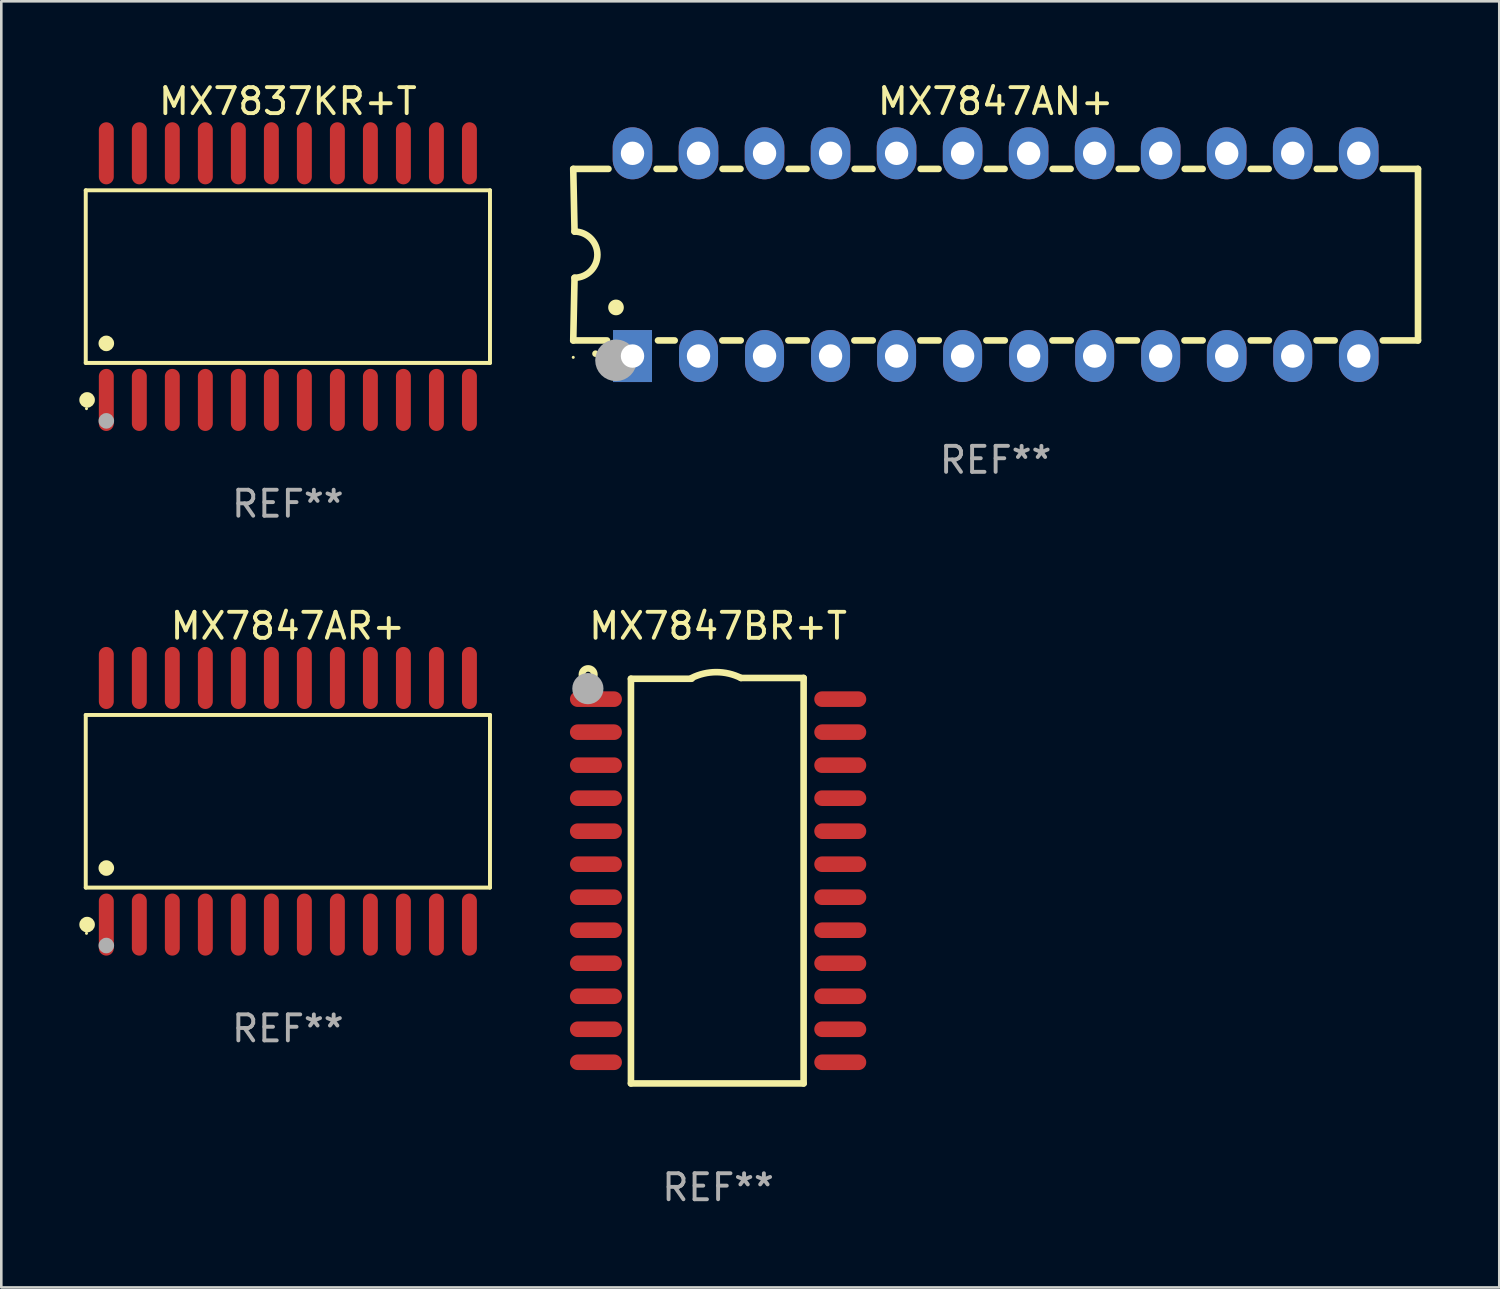
<source format=kicad_pcb>
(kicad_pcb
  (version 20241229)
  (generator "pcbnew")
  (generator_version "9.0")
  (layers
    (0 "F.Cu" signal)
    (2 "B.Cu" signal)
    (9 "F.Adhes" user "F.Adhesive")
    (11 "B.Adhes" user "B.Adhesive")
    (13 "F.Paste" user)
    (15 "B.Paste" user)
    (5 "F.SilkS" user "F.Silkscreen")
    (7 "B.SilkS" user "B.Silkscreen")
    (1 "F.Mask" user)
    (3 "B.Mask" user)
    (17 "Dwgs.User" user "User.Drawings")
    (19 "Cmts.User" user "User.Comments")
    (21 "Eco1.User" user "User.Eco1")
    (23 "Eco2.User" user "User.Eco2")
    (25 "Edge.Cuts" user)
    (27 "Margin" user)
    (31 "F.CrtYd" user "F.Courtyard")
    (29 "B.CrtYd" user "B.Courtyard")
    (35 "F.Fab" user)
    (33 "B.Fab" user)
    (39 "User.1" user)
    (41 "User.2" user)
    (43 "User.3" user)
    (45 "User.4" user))
  (footprint "MX7847AR+"
    (layer "F.Cu")
    (at 8.025 27.777)
    (property "Reference" "MX7847AR+" (at 0 -6.744 0) (layer "F.SilkS") (effects (font (size 1 1) (thickness 0.15))))
    (attr through_hole)
    (fp_line (start -7.776 -3.321) (end 7.776 -3.321) (stroke (width 0.152) (type solid)) (layer "F.SilkS"))
    (fp_line (start -7.776 3.321) (end -7.776 -3.321) (stroke (width 0.152) (type solid)) (layer "F.SilkS"))
    (fp_line (start 7.776 -3.321) (end 7.776 3.321) (stroke (width 0.152) (type solid)) (layer "F.SilkS"))
    (fp_line (start 7.776 3.321) (end -7.776 3.321) (stroke (width 0.152) (type solid)) (layer "F.SilkS"))
    (fp_circle (center -7.747 5.08) (end -7.717 5.08) (stroke (width 0.06) (type solid)) (fill no) (layer "F.SilkS"))
    (fp_circle (center -7.724 4.744) (end -7.574 4.744) (stroke (width 0.3) (type solid)) (fill no) (layer "F.SilkS"))
    (fp_circle (center -6.985 2.569) (end -6.835 2.569) (stroke (width 0.3) (type solid)) (fill no) (layer "F.SilkS"))
    (fp_circle (center -6.985 5.55) (end -6.835 5.55) (stroke (width 0.3) (type solid)) (fill no) (layer "F.Fab"))
    (fp_text user "REF**" (at 0 8.744 0) (layer "F.Fab") (effects (font (size 1 1) (thickness 0.15))))
    (pad "1" smd oval (at -6.985 4.744) (size 0.574 2.388) (layers "F.Cu" "F.Mask" "F.Paste"))
    (pad "2" smd oval (at -5.715 4.744) (size 0.574 2.388) (layers "F.Cu" "F.Mask" "F.Paste"))
    (pad "3" smd oval (at -4.445 4.744) (size 0.574 2.388) (layers "F.Cu" "F.Mask" "F.Paste"))
    (pad "4" smd oval (at -3.175 4.744) (size 0.574 2.388) (layers "F.Cu" "F.Mask" "F.Paste"))
    (pad "5" smd oval (at -1.905 4.744) (size 0.574 2.388) (layers "F.Cu" "F.Mask" "F.Paste"))
    (pad "6" smd oval (at -0.635 4.744) (size 0.574 2.388) (layers "F.Cu" "F.Mask" "F.Paste"))
    (pad "7" smd oval (at 0.635 4.744) (size 0.574 2.388) (layers "F.Cu" "F.Mask" "F.Paste"))
    (pad "8" smd oval (at 1.905 4.744) (size 0.574 2.388) (layers "F.Cu" "F.Mask" "F.Paste"))
    (pad "9" smd oval (at 3.175 4.744) (size 0.574 2.388) (layers "F.Cu" "F.Mask" "F.Paste"))
    (pad "10" smd oval (at 4.445 4.744) (size 0.574 2.388) (layers "F.Cu" "F.Mask" "F.Paste"))
    (pad "11" smd oval (at 5.715 4.744) (size 0.574 2.388) (layers "F.Cu" "F.Mask" "F.Paste"))
    (pad "12" smd oval (at 6.985 4.744) (size 0.574 2.388) (layers "F.Cu" "F.Mask" "F.Paste"))
    (pad "13" smd oval (at 6.985 -4.744) (size 0.574 2.388) (layers "F.Cu" "F.Mask" "F.Paste"))
    (pad "14" smd oval (at 5.715 -4.744) (size 0.574 2.388) (layers "F.Cu" "F.Mask" "F.Paste"))
    (pad "15" smd oval (at 4.445 -4.744) (size 0.574 2.388) (layers "F.Cu" "F.Mask" "F.Paste"))
    (pad "16" smd oval (at 3.175 -4.744) (size 0.574 2.388) (layers "F.Cu" "F.Mask" "F.Paste"))
    (pad "17" smd oval (at 1.905 -4.744) (size 0.574 2.388) (layers "F.Cu" "F.Mask" "F.Paste"))
    (pad "18" smd oval (at 0.635 -4.744) (size 0.574 2.388) (layers "F.Cu" "F.Mask" "F.Paste"))
    (pad "19" smd oval (at -0.635 -4.744) (size 0.574 2.388) (layers "F.Cu" "F.Mask" "F.Paste"))
    (pad "20" smd oval (at -1.905 -4.744) (size 0.574 2.388) (layers "F.Cu" "F.Mask" "F.Paste"))
    (pad "21" smd oval (at -3.175 -4.744) (size 0.574 2.388) (layers "F.Cu" "F.Mask" "F.Paste"))
    (pad "22" smd oval (at -4.445 -4.744) (size 0.574 2.388) (layers "F.Cu" "F.Mask" "F.Paste"))
    (pad "23" smd oval (at -5.715 -4.744) (size 0.574 2.388) (layers "F.Cu" "F.Mask" "F.Paste"))
    (pad "24" smd oval (at -6.985 -4.744) (size 0.574 2.388) (layers "F.Cu" "F.Mask" "F.Paste")))
  (footprint "MX7847AN+"
    (layer "F.Cu")
    (at 35.254 6.748)
    (property "Reference" "MX7847AN+" (at 0 -5.9 0) (layer "F.SilkS") (effects (font (size 1 1) (thickness 0.15))))
    (attr through_hole)
    (fp_line (start -16.25 -3.3) (end -16.2 -0.889) (stroke (width 0.254) (type solid)) (layer "F.SilkS"))
    (fp_line (start -16.25 -3.3) (end -14.895 -3.3) (stroke (width 0.254) (type solid)) (layer "F.SilkS"))
    (fp_line (start -16.25 3.3) (end -16.2 0.889) (stroke (width 0.254) (type solid)) (layer "F.SilkS"))
    (fp_line (start -16.25 3.3) (end -14.951 3.3) (stroke (width 0.254) (type solid)) (layer "F.SilkS"))
    (fp_line (start -13.045 -3.3) (end -12.355 -3.3) (stroke (width 0.254) (type solid)) (layer "F.SilkS"))
    (fp_line (start -12.989 3.3) (end -12.347 3.3) (stroke (width 0.254) (type solid)) (layer "F.SilkS"))
    (fp_line (start -10.514 3.3) (end -9.807 3.3) (stroke (width 0.254) (type solid)) (layer "F.SilkS"))
    (fp_line (start -10.505 -3.3) (end -9.815 -3.3) (stroke (width 0.254) (type solid)) (layer "F.SilkS"))
    (fp_line (start -7.974 3.3) (end -7.267 3.3) (stroke (width 0.254) (type solid)) (layer "F.SilkS"))
    (fp_line (start -7.965 -3.3) (end -7.275 -3.3) (stroke (width 0.254) (type solid)) (layer "F.SilkS"))
    (fp_line (start -5.434 3.3) (end -4.727 3.3) (stroke (width 0.254) (type solid)) (layer "F.SilkS"))
    (fp_line (start -5.425 -3.3) (end -4.735 -3.3) (stroke (width 0.254) (type solid)) (layer "F.SilkS"))
    (fp_line (start -2.894 3.3) (end -2.187 3.3) (stroke (width 0.254) (type solid)) (layer "F.SilkS"))
    (fp_line (start -2.885 -3.3) (end -2.195 -3.3) (stroke (width 0.254) (type solid)) (layer "F.SilkS"))
    (fp_line (start -0.354 3.3) (end 0.353 3.3) (stroke (width 0.254) (type solid)) (layer "F.SilkS"))
    (fp_line (start -0.345 -3.3) (end 0.345 -3.3) (stroke (width 0.254) (type solid)) (layer "F.SilkS"))
    (fp_line (start 2.186 3.3) (end 2.893 3.3) (stroke (width 0.254) (type solid)) (layer "F.SilkS"))
    (fp_line (start 2.195 -3.3) (end 2.885 -3.3) (stroke (width 0.254) (type solid)) (layer "F.SilkS"))
    (fp_line (start 4.726 3.3) (end 5.434 3.3) (stroke (width 0.254) (type solid)) (layer "F.SilkS"))
    (fp_line (start 4.735 -3.3) (end 5.425 -3.3) (stroke (width 0.254) (type solid)) (layer "F.SilkS"))
    (fp_line (start 7.266 3.3) (end 7.965 3.3) (stroke (width 0.254) (type solid)) (layer "F.SilkS"))
    (fp_line (start 7.275 -3.3) (end 7.965 -3.3) (stroke (width 0.254) (type solid)) (layer "F.SilkS"))
    (fp_line (start 9.815 -3.3) (end 10.505 -3.3) (stroke (width 0.254) (type solid)) (layer "F.SilkS"))
    (fp_line (start 9.815 3.3) (end 10.514 3.3) (stroke (width 0.254) (type solid)) (layer "F.SilkS"))
    (fp_line (start 12.346 3.3) (end 13.045 3.3) (stroke (width 0.254) (type solid)) (layer "F.SilkS"))
    (fp_line (start 12.355 -3.3) (end 13.045 -3.3) (stroke (width 0.254) (type solid)) (layer "F.SilkS"))
    (fp_line (start 16.25 -3.3) (end 14.895 -3.3) (stroke (width 0.254) (type solid)) (layer "F.SilkS"))
    (fp_line (start 16.25 -3.3) (end 16.25 3.3) (stroke (width 0.254) (type solid)) (layer "F.SilkS"))
    (fp_line (start 16.25 3.3) (end 14.895 3.3) (stroke (width 0.254) (type solid)) (layer "F.SilkS"))
    (fp_arc (start -16.201016 -0.890146) (mid -15.311429 -0.001055) (end -16.200025 0.889027) (stroke (width 0.254001) (type solid)) (layer "F.SilkS"))
    (fp_arc (start -15.394971 3.810033) (mid -15.394978 3.808763) (end -15.394971 3.807493) (stroke (width 0.25) (type solid)) (layer "F.SilkS"))
    (fp_arc (start -14.605029 2.032029) (mid -14.60504 2.029489) (end -14.605029 2.026949) (stroke (width 0.6) (type solid)) (layer "F.SilkS"))
    (fp_circle (center -16.25 3.95) (end -16.22 3.95) (stroke (width 0.06) (type solid)) (fill no) (layer "F.SilkS"))
    (fp_circle (center -14.605 4.064) (end -14.205 4.064) (stroke (width 0.8) (type solid)) (fill no) (layer "F.Fab"))
    (fp_text user "REF**" (at 0 7.9 0) (layer "F.Fab") (effects (font (size 1 1) (thickness 0.15))))
    (pad "1" thru_hole rect (at -13.97 3.9 90) (size 2 1.5) (drill 0.9) (layers "*.Cu" "*.Mask"))
    (pad "2" thru_hole oval (at -11.43 3.9 90) (size 2 1.5) (drill 0.9) (layers "*.Cu" "*.Mask"))
    (pad "3" thru_hole oval (at -8.89 3.9 90) (size 2 1.5) (drill 0.9) (layers "*.Cu" "*.Mask"))
    (pad "4" thru_hole oval (at -6.35 3.9 90) (size 2 1.5) (drill 0.9) (layers "*.Cu" "*.Mask"))
    (pad "5" thru_hole oval (at -3.81 3.9 90) (size 2 1.5) (drill 0.9) (layers "*.Cu" "*.Mask"))
    (pad "6" thru_hole oval (at -1.27 3.9 90) (size 2 1.5) (drill 0.9) (layers "*.Cu" "*.Mask"))
    (pad "7" thru_hole oval (at 1.27 3.9 90) (size 2 1.5) (drill 0.9) (layers "*.Cu" "*.Mask"))
    (pad "8" thru_hole oval (at 3.81 3.9 90) (size 2 1.5) (drill 0.9) (layers "*.Cu" "*.Mask"))
    (pad "9" thru_hole oval (at 6.35 3.9 90) (size 2 1.5) (drill 0.9) (layers "*.Cu" "*.Mask"))
    (pad "10" thru_hole oval (at 8.89 3.9 90) (size 2 1.524) (drill 0.9) (layers "*.Cu" "*.Mask"))
    (pad "11" thru_hole oval (at 11.43 3.9 90) (size 2 1.5) (drill 0.9) (layers "*.Cu" "*.Mask"))
    (pad "12" thru_hole oval (at 13.97 3.9 90) (size 2 1.524) (drill 0.9) (layers "*.Cu" "*.Mask"))
    (pad "13" thru_hole oval (at 13.97 -3.9 90) (size 2 1.524) (drill 0.9) (layers "*.Cu" "*.Mask"))
    (pad "14" thru_hole oval (at 11.43 -3.9 90) (size 2 1.524) (drill 0.9) (layers "*.Cu" "*.Mask"))
    (pad "15" thru_hole oval (at 8.89 -3.9 90) (size 2 1.524) (drill 0.9) (layers "*.Cu" "*.Mask"))
    (pad "16" thru_hole oval (at 6.35 -3.9 90) (size 2 1.524) (drill 0.9) (layers "*.Cu" "*.Mask"))
    (pad "17" thru_hole oval (at 3.81 -3.9 90) (size 2 1.524) (drill 0.9) (layers "*.Cu" "*.Mask"))
    (pad "18" thru_hole oval (at 1.27 -3.9 90) (size 2 1.524) (drill 0.9) (layers "*.Cu" "*.Mask"))
    (pad "19" thru_hole oval (at -1.27 -3.9 90) (size 2 1.524) (drill 0.9) (layers "*.Cu" "*.Mask"))
    (pad "20" thru_hole oval (at -3.81 -3.9 90) (size 2 1.524) (drill 0.9) (layers "*.Cu" "*.Mask"))
    (pad "21" thru_hole oval (at -6.35 -3.9 90) (size 2 1.524) (drill 0.9) (layers "*.Cu" "*.Mask"))
    (pad "22" thru_hole oval (at -8.89 -3.9 90) (size 2 1.524) (drill 0.9) (layers "*.Cu" "*.Mask"))
    (pad "23" thru_hole oval (at -11.43 -3.9 90) (size 2 1.524) (drill 0.9) (layers "*.Cu" "*.Mask"))
    (pad "24" thru_hole oval (at -13.97 -3.9 90) (size 2 1.524) (drill 0.9) (layers "*.Cu" "*.Mask")))
  (footprint "MX7847BR+T"
    (layer "F.Cu")
    (at 24.577 30.833)
    (property "Reference" "MX7847BR+T" (at 0 -9.8 0) (layer "F.SilkS") (effects (font (size 1 1) (thickness 0.15))))
    (attr through_hole)
    (fp_line (start -3.353 -7.77) (end -1.016 -7.77) (stroke (width 0.254) (type solid)) (layer "F.SilkS"))
    (fp_line (start -3.353 7.8) (end -3.353 -7.77) (stroke (width 0.254) (type solid)) (layer "F.SilkS"))
    (fp_line (start 0.881 -7.8) (end 3.29 -7.8) (stroke (width 0.254) (type solid)) (layer "F.SilkS"))
    (fp_line (start 3.29 -7.8) (end 3.29 7.8) (stroke (width 0.254) (type solid)) (layer "F.SilkS"))
    (fp_line (start 3.29 7.8) (end -3.353 7.8) (stroke (width 0.254) (type solid)) (layer "F.SilkS"))
    (fp_arc (start -1.015951 -7.800025) (mid -0.067691 -8.023879) (end 0.880569 -7.800025) (stroke (width 0.254001) (type solid)) (layer "F.SilkS"))
    (fp_circle (center -5 -7.927) (end -4.886 -7.927) (stroke (width 0.254) (type solid)) (fill no) (layer "F.SilkS"))
    (fp_circle (center -5.01 -7.39) (end -4.71 -7.39) (stroke (width 0.6) (type solid)) (fill no) (layer "F.Fab"))
    (fp_text user "REF**" (at 0 11.8 0) (layer "F.Fab") (effects (font (size 1 1) (thickness 0.15))))
    (pad "1" smd oval (at -4.7 -6.985 270) (size 0.6 2) (layers "F.Cu" "F.Mask" "F.Paste"))
    (pad "2" smd oval (at -4.7 -5.715 270) (size 0.6 2) (layers "F.Cu" "F.Mask" "F.Paste"))
    (pad "3" smd oval (at -4.7 -4.445 270) (size 0.6 2) (layers "F.Cu" "F.Mask" "F.Paste"))
    (pad "4" smd oval (at -4.7 -3.175 270) (size 0.6 2) (layers "F.Cu" "F.Mask" "F.Paste"))
    (pad "5" smd oval (at -4.7 -1.905 270) (size 0.6 2) (layers "F.Cu" "F.Mask" "F.Paste"))
    (pad "6" smd oval (at -4.7 -0.635 270) (size 0.6 2) (layers "F.Cu" "F.Mask" "F.Paste"))
    (pad "7" smd oval (at -4.7 0.635 270) (size 0.6 2) (layers "F.Cu" "F.Mask" "F.Paste"))
    (pad "8" smd oval (at -4.7 1.905 270) (size 0.6 2) (layers "F.Cu" "F.Mask" "F.Paste"))
    (pad "9" smd oval (at -4.7 3.175 270) (size 0.6 2) (layers "F.Cu" "F.Mask" "F.Paste"))
    (pad "10" smd oval (at -4.7 4.445 270) (size 0.6 2) (layers "F.Cu" "F.Mask" "F.Paste"))
    (pad "11" smd oval (at -4.7 5.715 270) (size 0.6 2) (layers "F.Cu" "F.Mask" "F.Paste"))
    (pad "12" smd oval (at -4.7 6.985 270) (size 0.6 2) (layers "F.Cu" "F.Mask" "F.Paste"))
    (pad "13" smd oval (at 4.7 6.985 270) (size 0.6 2) (layers "F.Cu" "F.Mask" "F.Paste"))
    (pad "14" smd oval (at 4.7 5.715 270) (size 0.6 2) (layers "F.Cu" "F.Mask" "F.Paste"))
    (pad "15" smd oval (at 4.7 4.445 270) (size 0.6 2) (layers "F.Cu" "F.Mask" "F.Paste"))
    (pad "16" smd oval (at 4.7 3.175 270) (size 0.6 2) (layers "F.Cu" "F.Mask" "F.Paste"))
    (pad "17" smd oval (at 4.7 1.905 270) (size 0.6 2) (layers "F.Cu" "F.Mask" "F.Paste"))
    (pad "18" smd oval (at 4.7 0.635 270) (size 0.6 2) (layers "F.Cu" "F.Mask" "F.Paste"))
    (pad "19" smd oval (at 4.7 -0.635 270) (size 0.6 2) (layers "F.Cu" "F.Mask" "F.Paste"))
    (pad "20" smd oval (at 4.7 -1.905 270) (size 0.6 2) (layers "F.Cu" "F.Mask" "F.Paste"))
    (pad "21" smd oval (at 4.7 -3.175 270) (size 0.6 2) (layers "F.Cu" "F.Mask" "F.Paste"))
    (pad "22" smd oval (at 4.7 -4.445 270) (size 0.6 2) (layers "F.Cu" "F.Mask" "F.Paste"))
    (pad "23" smd oval (at 4.7 -5.715 270) (size 0.6 2) (layers "F.Cu" "F.Mask" "F.Paste"))
    (pad "24" smd oval (at 4.7 -6.985 270) (size 0.6 2) (layers "F.Cu" "F.Mask" "F.Paste")))
  (footprint "MX7837KR+T"
    (layer "F.Cu")
    (at 8.025 7.592)
    (property "Reference" "MX7837KR+T" (at 0 -6.744 0) (layer "F.SilkS") (effects (font (size 1 1) (thickness 0.15))))
    (attr through_hole)
    (fp_line (start -7.776 -3.321) (end 7.776 -3.321) (stroke (width 0.152) (type solid)) (layer "F.SilkS"))
    (fp_line (start -7.776 3.321) (end -7.776 -3.321) (stroke (width 0.152) (type solid)) (layer "F.SilkS"))
    (fp_line (start 7.776 -3.321) (end 7.776 3.321) (stroke (width 0.152) (type solid)) (layer "F.SilkS"))
    (fp_line (start 7.776 3.321) (end -7.776 3.321) (stroke (width 0.152) (type solid)) (layer "F.SilkS"))
    (fp_circle (center -7.747 5.08) (end -7.717 5.08) (stroke (width 0.06) (type solid)) (fill no) (layer "F.SilkS"))
    (fp_circle (center -7.724 4.744) (end -7.574 4.744) (stroke (width 0.3) (type solid)) (fill no) (layer "F.SilkS"))
    (fp_circle (center -6.985 2.569) (end -6.835 2.569) (stroke (width 0.3) (type solid)) (fill no) (layer "F.SilkS"))
    (fp_circle (center -6.985 5.55) (end -6.835 5.55) (stroke (width 0.3) (type solid)) (fill no) (layer "F.Fab"))
    (fp_text user "REF**" (at 0 8.744 0) (layer "F.Fab") (effects (font (size 1 1) (thickness 0.15))))
    (pad "1" smd oval (at -6.985 4.744) (size 0.574 2.388) (layers "F.Cu" "F.Mask" "F.Paste"))
    (pad "2" smd oval (at -5.715 4.744) (size 0.574 2.388) (layers "F.Cu" "F.Mask" "F.Paste"))
    (pad "3" smd oval (at -4.445 4.744) (size 0.574 2.388) (layers "F.Cu" "F.Mask" "F.Paste"))
    (pad "4" smd oval (at -3.175 4.744) (size 0.574 2.388) (layers "F.Cu" "F.Mask" "F.Paste"))
    (pad "5" smd oval (at -1.905 4.744) (size 0.574 2.388) (layers "F.Cu" "F.Mask" "F.Paste"))
    (pad "6" smd oval (at -0.635 4.744) (size 0.574 2.388) (layers "F.Cu" "F.Mask" "F.Paste"))
    (pad "7" smd oval (at 0.635 4.744) (size 0.574 2.388) (layers "F.Cu" "F.Mask" "F.Paste"))
    (pad "8" smd oval (at 1.905 4.744) (size 0.574 2.388) (layers "F.Cu" "F.Mask" "F.Paste"))
    (pad "9" smd oval (at 3.175 4.744) (size 0.574 2.388) (layers "F.Cu" "F.Mask" "F.Paste"))
    (pad "10" smd oval (at 4.445 4.744) (size 0.574 2.388) (layers "F.Cu" "F.Mask" "F.Paste"))
    (pad "11" smd oval (at 5.715 4.744) (size 0.574 2.388) (layers "F.Cu" "F.Mask" "F.Paste"))
    (pad "12" smd oval (at 6.985 4.744) (size 0.574 2.388) (layers "F.Cu" "F.Mask" "F.Paste"))
    (pad "13" smd oval (at 6.985 -4.744) (size 0.574 2.388) (layers "F.Cu" "F.Mask" "F.Paste"))
    (pad "14" smd oval (at 5.715 -4.744) (size 0.574 2.388) (layers "F.Cu" "F.Mask" "F.Paste"))
    (pad "15" smd oval (at 4.445 -4.744) (size 0.574 2.388) (layers "F.Cu" "F.Mask" "F.Paste"))
    (pad "16" smd oval (at 3.175 -4.744) (size 0.574 2.388) (layers "F.Cu" "F.Mask" "F.Paste"))
    (pad "17" smd oval (at 1.905 -4.744) (size 0.574 2.388) (layers "F.Cu" "F.Mask" "F.Paste"))
    (pad "18" smd oval (at 0.635 -4.744) (size 0.574 2.388) (layers "F.Cu" "F.Mask" "F.Paste"))
    (pad "19" smd oval (at -0.635 -4.744) (size 0.574 2.388) (layers "F.Cu" "F.Mask" "F.Paste"))
    (pad "20" smd oval (at -1.905 -4.744) (size 0.574 2.388) (layers "F.Cu" "F.Mask" "F.Paste"))
    (pad "21" smd oval (at -3.175 -4.744) (size 0.574 2.388) (layers "F.Cu" "F.Mask" "F.Paste"))
    (pad "22" smd oval (at -4.445 -4.744) (size 0.574 2.388) (layers "F.Cu" "F.Mask" "F.Paste"))
    (pad "23" smd oval (at -5.715 -4.744) (size 0.574 2.388) (layers "F.Cu" "F.Mask" "F.Paste"))
    (pad "24" smd oval (at -6.985 -4.744) (size 0.574 2.388) (layers "F.Cu" "F.Mask" "F.Paste")))
  (gr_rect
    (start -3 -3)
    (end 54.631 46.481)
    (stroke (width 0.1) (type default))
    (fill no)
    (layer "Edge.Cuts")))
</source>
